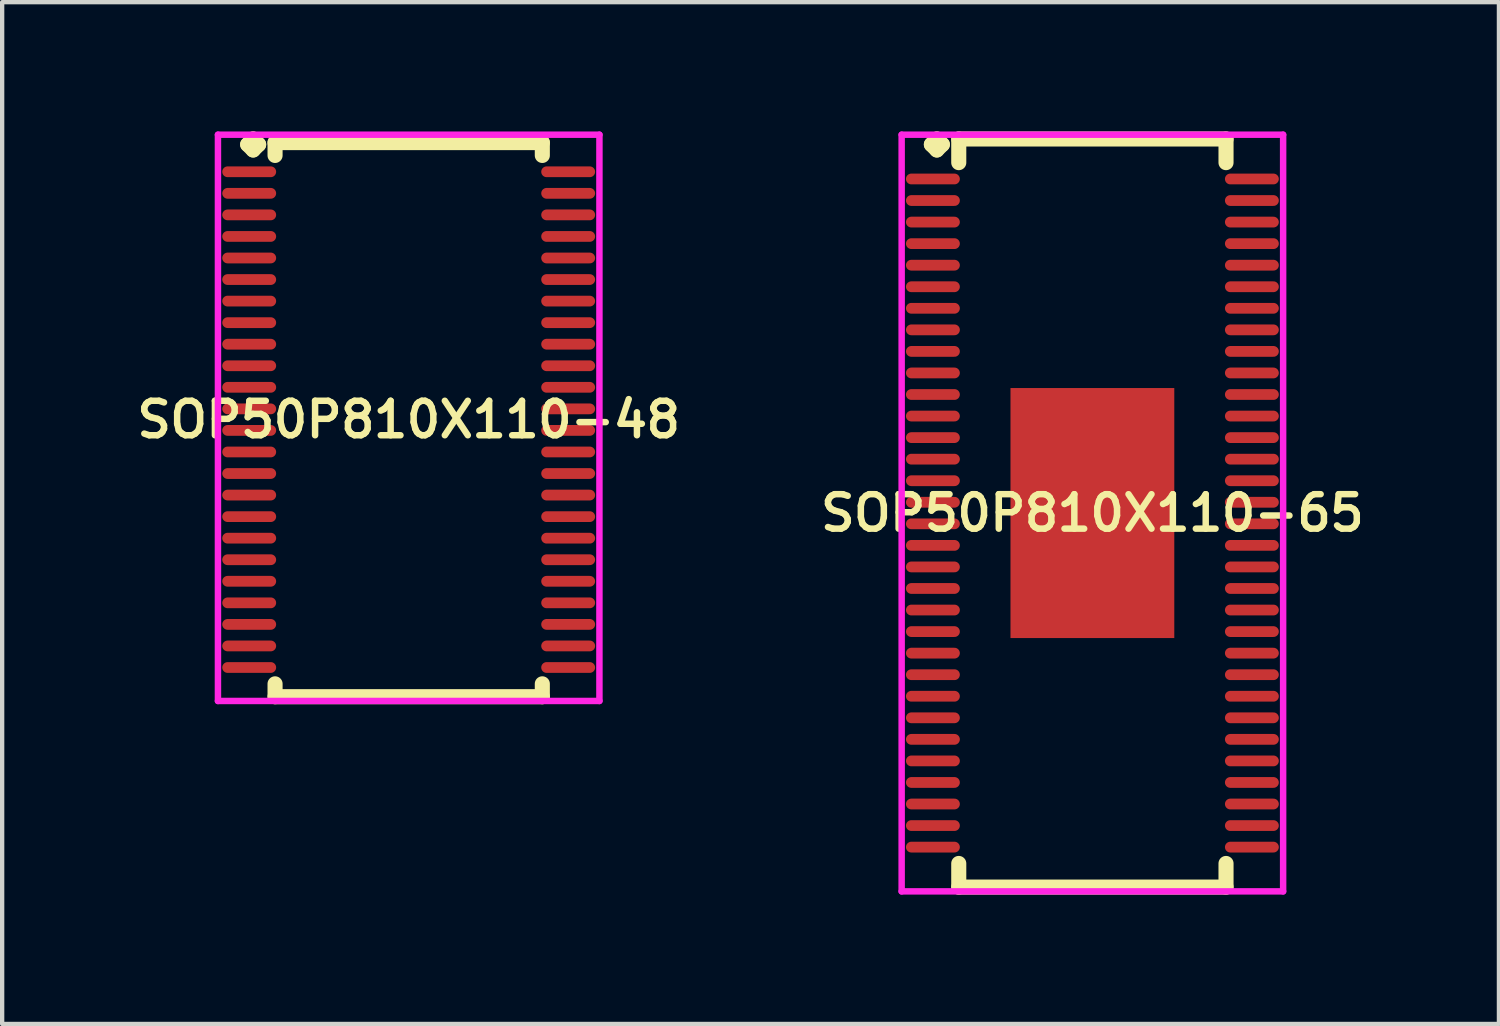
<source format=kicad_pcb>
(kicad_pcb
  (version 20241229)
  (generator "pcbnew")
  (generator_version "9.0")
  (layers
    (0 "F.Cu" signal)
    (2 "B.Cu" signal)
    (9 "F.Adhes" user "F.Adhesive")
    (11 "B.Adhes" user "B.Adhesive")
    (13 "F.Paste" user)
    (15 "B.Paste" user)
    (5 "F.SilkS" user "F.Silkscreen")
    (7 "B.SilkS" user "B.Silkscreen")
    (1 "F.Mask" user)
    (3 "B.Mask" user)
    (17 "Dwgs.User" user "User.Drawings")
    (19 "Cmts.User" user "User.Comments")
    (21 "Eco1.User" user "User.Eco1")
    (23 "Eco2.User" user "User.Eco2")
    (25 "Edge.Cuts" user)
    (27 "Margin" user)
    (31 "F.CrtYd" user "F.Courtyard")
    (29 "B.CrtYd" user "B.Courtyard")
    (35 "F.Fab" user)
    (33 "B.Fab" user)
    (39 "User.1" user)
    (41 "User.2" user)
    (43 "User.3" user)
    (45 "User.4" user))
  (footprint "SOP50P810X110-65"
    (layer "F.Cu")
    (at 22.292 8.852)
    (property "Reference" "SOP50P810X110-65" (at 0 0 0) (layer "F.SilkS") (effects (font (size 0.8 0.8) (thickness 0.15))))
    (attr smd)
    (fp_line (start -3.735 -8.55) (end -3.608 -8.677) (stroke (width 0.35) (type solid)) (layer "F.SilkS"))
    (fp_line (start -3.608 -8.677) (end -3.481 -8.55) (stroke (width 0.35) (type solid)) (layer "F.SilkS"))
    (fp_line (start -3.608 -8.423) (end -3.735 -8.55) (stroke (width 0.35) (type solid)) (layer "F.SilkS"))
    (fp_line (start -3.481 -8.55) (end -3.608 -8.423) (stroke (width 0.35) (type solid)) (layer "F.SilkS"))
    (fp_line (start -3.1 -8.677) (end 3.1 -8.677) (stroke (width 0.35) (type solid)) (layer "F.SilkS"))
    (fp_line (start -3.1 -8.129) (end -3.1 -8.677) (stroke (width 0.35) (type solid)) (layer "F.SilkS"))
    (fp_line (start -3.1 8.129) (end -3.1 8.677) (stroke (width 0.35) (type solid)) (layer "F.SilkS"))
    (fp_line (start -3.1 8.677) (end 3.1 8.677) (stroke (width 0.35) (type solid)) (layer "F.SilkS"))
    (fp_line (start 3.1 -8.677) (end 3.1 -8.129) (stroke (width 0.35) (type solid)) (layer "F.SilkS"))
    (fp_line (start 3.1 8.677) (end 3.1 8.129) (stroke (width 0.35) (type solid)) (layer "F.SilkS"))
    (fp_line (start -4.425 -8.777) (end 4.425 -8.777) (stroke (width 0.15) (type solid)) (layer "F.CrtYd"))
    (fp_line (start -4.425 8.777) (end -4.425 -8.777) (stroke (width 0.15) (type solid)) (layer "F.CrtYd"))
    (fp_line (start 4.425 -8.777) (end 4.425 8.777) (stroke (width 0.15) (type solid)) (layer "F.CrtYd"))
    (fp_line (start 4.425 8.777) (end -4.425 8.777) (stroke (width 0.15) (type solid)) (layer "F.CrtYd"))
    (pad "1" smd oval (at -3.7 -7.75) (size 1.25 0.25) (layers "F.Cu" "F.Mask" "F.Paste"))
    (pad "2" smd oval (at -3.7 -7.25) (size 1.25 0.25) (layers "F.Cu" "F.Mask" "F.Paste"))
    (pad "3" smd oval (at -3.7 -6.75) (size 1.25 0.25) (layers "F.Cu" "F.Mask" "F.Paste"))
    (pad "4" smd oval (at -3.7 -6.25) (size 1.25 0.25) (layers "F.Cu" "F.Mask" "F.Paste"))
    (pad "5" smd oval (at -3.7 -5.75) (size 1.25 0.25) (layers "F.Cu" "F.Mask" "F.Paste"))
    (pad "6" smd oval (at -3.7 -5.25) (size 1.25 0.25) (layers "F.Cu" "F.Mask" "F.Paste"))
    (pad "7" smd oval (at -3.7 -4.75) (size 1.25 0.25) (layers "F.Cu" "F.Mask" "F.Paste"))
    (pad "8" smd oval (at -3.7 -4.25) (size 1.25 0.25) (layers "F.Cu" "F.Mask" "F.Paste"))
    (pad "9" smd oval (at -3.7 -3.75) (size 1.25 0.25) (layers "F.Cu" "F.Mask" "F.Paste"))
    (pad "10" smd oval (at -3.7 -3.25) (size 1.25 0.25) (layers "F.Cu" "F.Mask" "F.Paste"))
    (pad "11" smd oval (at -3.7 -2.75) (size 1.25 0.25) (layers "F.Cu" "F.Mask" "F.Paste"))
    (pad "12" smd oval (at -3.7 -2.25) (size 1.25 0.25) (layers "F.Cu" "F.Mask" "F.Paste"))
    (pad "13" smd oval (at -3.7 -1.75) (size 1.25 0.25) (layers "F.Cu" "F.Mask" "F.Paste"))
    (pad "14" smd oval (at -3.7 -1.25) (size 1.25 0.25) (layers "F.Cu" "F.Mask" "F.Paste"))
    (pad "15" smd oval (at -3.7 -0.75) (size 1.25 0.25) (layers "F.Cu" "F.Mask" "F.Paste"))
    (pad "16" smd oval (at -3.7 -0.25) (size 1.25 0.25) (layers "F.Cu" "F.Mask" "F.Paste"))
    (pad "17" smd oval (at -3.7 0.25) (size 1.25 0.25) (layers "F.Cu" "F.Mask" "F.Paste"))
    (pad "18" smd oval (at -3.7 0.75) (size 1.25 0.25) (layers "F.Cu" "F.Mask" "F.Paste"))
    (pad "19" smd oval (at -3.7 1.25) (size 1.25 0.25) (layers "F.Cu" "F.Mask" "F.Paste"))
    (pad "20" smd oval (at -3.7 1.75) (size 1.25 0.25) (layers "F.Cu" "F.Mask" "F.Paste"))
    (pad "21" smd oval (at -3.7 2.25) (size 1.25 0.25) (layers "F.Cu" "F.Mask" "F.Paste"))
    (pad "22" smd oval (at -3.7 2.75) (size 1.25 0.25) (layers "F.Cu" "F.Mask" "F.Paste"))
    (pad "23" smd oval (at -3.7 3.25) (size 1.25 0.25) (layers "F.Cu" "F.Mask" "F.Paste"))
    (pad "24" smd oval (at -3.7 3.75) (size 1.25 0.25) (layers "F.Cu" "F.Mask" "F.Paste"))
    (pad "25" smd oval (at -3.7 4.25) (size 1.25 0.25) (layers "F.Cu" "F.Mask" "F.Paste"))
    (pad "26" smd oval (at -3.7 4.75) (size 1.25 0.25) (layers "F.Cu" "F.Mask" "F.Paste"))
    (pad "27" smd oval (at -3.7 5.25) (size 1.25 0.25) (layers "F.Cu" "F.Mask" "F.Paste"))
    (pad "28" smd oval (at -3.7 5.75) (size 1.25 0.25) (layers "F.Cu" "F.Mask" "F.Paste"))
    (pad "29" smd oval (at -3.7 6.25) (size 1.25 0.25) (layers "F.Cu" "F.Mask" "F.Paste"))
    (pad "30" smd oval (at -3.7 6.75) (size 1.25 0.25) (layers "F.Cu" "F.Mask" "F.Paste"))
    (pad "31" smd oval (at -3.7 7.25) (size 1.25 0.25) (layers "F.Cu" "F.Mask" "F.Paste"))
    (pad "32" smd oval (at -3.7 7.75) (size 1.25 0.25) (layers "F.Cu" "F.Mask" "F.Paste"))
    (pad "33" smd oval (at 3.7 7.75) (size 1.25 0.25) (layers "F.Cu" "F.Mask" "F.Paste"))
    (pad "34" smd oval (at 3.7 7.25) (size 1.25 0.25) (layers "F.Cu" "F.Mask" "F.Paste"))
    (pad "35" smd oval (at 3.7 6.75) (size 1.25 0.25) (layers "F.Cu" "F.Mask" "F.Paste"))
    (pad "36" smd oval (at 3.7 6.25) (size 1.25 0.25) (layers "F.Cu" "F.Mask" "F.Paste"))
    (pad "37" smd oval (at 3.7 5.75) (size 1.25 0.25) (layers "F.Cu" "F.Mask" "F.Paste"))
    (pad "38" smd oval (at 3.7 5.25) (size 1.25 0.25) (layers "F.Cu" "F.Mask" "F.Paste"))
    (pad "39" smd oval (at 3.7 4.75) (size 1.25 0.25) (layers "F.Cu" "F.Mask" "F.Paste"))
    (pad "40" smd oval (at 3.7 4.25) (size 1.25 0.25) (layers "F.Cu" "F.Mask" "F.Paste"))
    (pad "41" smd oval (at 3.7 3.75) (size 1.25 0.25) (layers "F.Cu" "F.Mask" "F.Paste"))
    (pad "42" smd oval (at 3.7 3.25) (size 1.25 0.25) (layers "F.Cu" "F.Mask" "F.Paste"))
    (pad "43" smd oval (at 3.7 2.75) (size 1.25 0.25) (layers "F.Cu" "F.Mask" "F.Paste"))
    (pad "44" smd oval (at 3.7 2.25) (size 1.25 0.25) (layers "F.Cu" "F.Mask" "F.Paste"))
    (pad "45" smd oval (at 3.7 1.75) (size 1.25 0.25) (layers "F.Cu" "F.Mask" "F.Paste"))
    (pad "46" smd oval (at 3.7 1.25) (size 1.25 0.25) (layers "F.Cu" "F.Mask" "F.Paste"))
    (pad "47" smd oval (at 3.7 0.75) (size 1.25 0.25) (layers "F.Cu" "F.Mask" "F.Paste"))
    (pad "48" smd oval (at 3.7 0.25) (size 1.25 0.25) (layers "F.Cu" "F.Mask" "F.Paste"))
    (pad "49" smd oval (at 3.7 -0.25) (size 1.25 0.25) (layers "F.Cu" "F.Mask" "F.Paste"))
    (pad "50" smd oval (at 3.7 -0.75) (size 1.25 0.25) (layers "F.Cu" "F.Mask" "F.Paste"))
    (pad "51" smd oval (at 3.7 -1.25) (size 1.25 0.25) (layers "F.Cu" "F.Mask" "F.Paste"))
    (pad "52" smd oval (at 3.7 -1.75) (size 1.25 0.25) (layers "F.Cu" "F.Mask" "F.Paste"))
    (pad "53" smd oval (at 3.7 -2.25) (size 1.25 0.25) (layers "F.Cu" "F.Mask" "F.Paste"))
    (pad "54" smd oval (at 3.7 -2.75) (size 1.25 0.25) (layers "F.Cu" "F.Mask" "F.Paste"))
    (pad "55" smd oval (at 3.7 -3.25) (size 1.25 0.25) (layers "F.Cu" "F.Mask" "F.Paste"))
    (pad "56" smd oval (at 3.7 -3.75) (size 1.25 0.25) (layers "F.Cu" "F.Mask" "F.Paste"))
    (pad "57" smd oval (at 3.7 -4.25) (size 1.25 0.25) (layers "F.Cu" "F.Mask" "F.Paste"))
    (pad "58" smd oval (at 3.7 -4.75) (size 1.25 0.25) (layers "F.Cu" "F.Mask" "F.Paste"))
    (pad "59" smd oval (at 3.7 -5.25) (size 1.25 0.25) (layers "F.Cu" "F.Mask" "F.Paste"))
    (pad "60" smd oval (at 3.7 -5.75) (size 1.25 0.25) (layers "F.Cu" "F.Mask" "F.Paste"))
    (pad "61" smd oval (at 3.7 -6.25) (size 1.25 0.25) (layers "F.Cu" "F.Mask" "F.Paste"))
    (pad "62" smd oval (at 3.7 -6.75) (size 1.25 0.25) (layers "F.Cu" "F.Mask" "F.Paste"))
    (pad "63" smd oval (at 3.7 -7.25) (size 1.25 0.25) (layers "F.Cu" "F.Mask" "F.Paste"))
    (pad "64" smd oval (at 3.7 -7.75) (size 1.25 0.25) (layers "F.Cu" "F.Mask" "F.Paste"))
    (pad "65" smd rect (at 0 0) (size 3.8 5.8) (layers "F.Cu" "F.Mask" "F.Paste")))
  (footprint "SOP50P810X110-48"
    (layer "F.Cu")
    (at 6.431 6.685)
    (property "Reference" "SOP50P810X110-48" (at 0 0 0) (layer "F.SilkS") (effects (font (size 0.8 0.8) (thickness 0.15))))
    (attr smd)
    (fp_line (start -3.735 -6.383) (end -3.608 -6.51) (stroke (width 0.35) (type solid)) (layer "F.SilkS"))
    (fp_line (start -3.608 -6.51) (end -3.481 -6.383) (stroke (width 0.35) (type solid)) (layer "F.SilkS"))
    (fp_line (start -3.608 -6.256) (end -3.735 -6.383) (stroke (width 0.35) (type solid)) (layer "F.SilkS"))
    (fp_line (start -3.481 -6.383) (end -3.608 -6.256) (stroke (width 0.35) (type solid)) (layer "F.SilkS"))
    (fp_line (start -3.1 -6.427) (end 3.1 -6.427) (stroke (width 0.35) (type solid)) (layer "F.SilkS"))
    (fp_line (start -3.1 -6.129) (end -3.1 -6.427) (stroke (width 0.35) (type solid)) (layer "F.SilkS"))
    (fp_line (start -3.1 6.129) (end -3.1 6.427) (stroke (width 0.35) (type solid)) (layer "F.SilkS"))
    (fp_line (start -3.1 6.427) (end 3.1 6.427) (stroke (width 0.35) (type solid)) (layer "F.SilkS"))
    (fp_line (start 3.1 -6.427) (end 3.1 -6.129) (stroke (width 0.35) (type solid)) (layer "F.SilkS"))
    (fp_line (start 3.1 6.427) (end 3.1 6.129) (stroke (width 0.35) (type solid)) (layer "F.SilkS"))
    (fp_line (start -4.425 -6.61) (end 4.425 -6.61) (stroke (width 0.15) (type solid)) (layer "F.CrtYd"))
    (fp_line (start -4.425 6.527) (end -4.425 -6.61) (stroke (width 0.15) (type solid)) (layer "F.CrtYd"))
    (fp_line (start 4.425 -6.61) (end 4.425 6.527) (stroke (width 0.15) (type solid)) (layer "F.CrtYd"))
    (fp_line (start 4.425 6.527) (end -4.425 6.527) (stroke (width 0.15) (type solid)) (layer "F.CrtYd"))
    (pad "1" smd oval (at -3.7 -5.75) (size 1.25 0.25) (layers "F.Cu" "F.Mask" "F.Paste"))
    (pad "2" smd oval (at -3.7 -5.25) (size 1.25 0.25) (layers "F.Cu" "F.Mask" "F.Paste"))
    (pad "3" smd oval (at -3.7 -4.75) (size 1.25 0.25) (layers "F.Cu" "F.Mask" "F.Paste"))
    (pad "4" smd oval (at -3.7 -4.25) (size 1.25 0.25) (layers "F.Cu" "F.Mask" "F.Paste"))
    (pad "5" smd oval (at -3.7 -3.75) (size 1.25 0.25) (layers "F.Cu" "F.Mask" "F.Paste"))
    (pad "6" smd oval (at -3.7 -3.25) (size 1.25 0.25) (layers "F.Cu" "F.Mask" "F.Paste"))
    (pad "7" smd oval (at -3.7 -2.75) (size 1.25 0.25) (layers "F.Cu" "F.Mask" "F.Paste"))
    (pad "8" smd oval (at -3.7 -2.25) (size 1.25 0.25) (layers "F.Cu" "F.Mask" "F.Paste"))
    (pad "9" smd oval (at -3.7 -1.75) (size 1.25 0.25) (layers "F.Cu" "F.Mask" "F.Paste"))
    (pad "10" smd oval (at -3.7 -1.25) (size 1.25 0.25) (layers "F.Cu" "F.Mask" "F.Paste"))
    (pad "11" smd oval (at -3.7 -0.75) (size 1.25 0.25) (layers "F.Cu" "F.Mask" "F.Paste"))
    (pad "12" smd oval (at -3.7 -0.25) (size 1.25 0.25) (layers "F.Cu" "F.Mask" "F.Paste"))
    (pad "13" smd oval (at -3.7 0.25) (size 1.25 0.25) (layers "F.Cu" "F.Mask" "F.Paste"))
    (pad "14" smd oval (at -3.7 0.75) (size 1.25 0.25) (layers "F.Cu" "F.Mask" "F.Paste"))
    (pad "15" smd oval (at -3.7 1.25) (size 1.25 0.25) (layers "F.Cu" "F.Mask" "F.Paste"))
    (pad "16" smd oval (at -3.7 1.75) (size 1.25 0.25) (layers "F.Cu" "F.Mask" "F.Paste"))
    (pad "17" smd oval (at -3.7 2.25) (size 1.25 0.25) (layers "F.Cu" "F.Mask" "F.Paste"))
    (pad "18" smd oval (at -3.7 2.75) (size 1.25 0.25) (layers "F.Cu" "F.Mask" "F.Paste"))
    (pad "19" smd oval (at -3.7 3.25) (size 1.25 0.25) (layers "F.Cu" "F.Mask" "F.Paste"))
    (pad "20" smd oval (at -3.7 3.75) (size 1.25 0.25) (layers "F.Cu" "F.Mask" "F.Paste"))
    (pad "21" smd oval (at -3.7 4.25) (size 1.25 0.25) (layers "F.Cu" "F.Mask" "F.Paste"))
    (pad "22" smd oval (at -3.7 4.75) (size 1.25 0.25) (layers "F.Cu" "F.Mask" "F.Paste"))
    (pad "23" smd oval (at -3.7 5.25) (size 1.25 0.25) (layers "F.Cu" "F.Mask" "F.Paste"))
    (pad "24" smd oval (at -3.7 5.75) (size 1.25 0.25) (layers "F.Cu" "F.Mask" "F.Paste"))
    (pad "25" smd oval (at 3.7 5.75) (size 1.25 0.25) (layers "F.Cu" "F.Mask" "F.Paste"))
    (pad "26" smd oval (at 3.7 5.25) (size 1.25 0.25) (layers "F.Cu" "F.Mask" "F.Paste"))
    (pad "27" smd oval (at 3.7 4.75) (size 1.25 0.25) (layers "F.Cu" "F.Mask" "F.Paste"))
    (pad "28" smd oval (at 3.7 4.25) (size 1.25 0.25) (layers "F.Cu" "F.Mask" "F.Paste"))
    (pad "29" smd oval (at 3.7 3.75) (size 1.25 0.25) (layers "F.Cu" "F.Mask" "F.Paste"))
    (pad "30" smd oval (at 3.7 3.25) (size 1.25 0.25) (layers "F.Cu" "F.Mask" "F.Paste"))
    (pad "31" smd oval (at 3.7 2.75) (size 1.25 0.25) (layers "F.Cu" "F.Mask" "F.Paste"))
    (pad "32" smd oval (at 3.7 2.25) (size 1.25 0.25) (layers "F.Cu" "F.Mask" "F.Paste"))
    (pad "33" smd oval (at 3.7 1.75) (size 1.25 0.25) (layers "F.Cu" "F.Mask" "F.Paste"))
    (pad "34" smd oval (at 3.7 1.25) (size 1.25 0.25) (layers "F.Cu" "F.Mask" "F.Paste"))
    (pad "35" smd oval (at 3.7 0.75) (size 1.25 0.25) (layers "F.Cu" "F.Mask" "F.Paste"))
    (pad "36" smd oval (at 3.7 0.25) (size 1.25 0.25) (layers "F.Cu" "F.Mask" "F.Paste"))
    (pad "37" smd oval (at 3.7 -0.25) (size 1.25 0.25) (layers "F.Cu" "F.Mask" "F.Paste"))
    (pad "38" smd oval (at 3.7 -0.75) (size 1.25 0.25) (layers "F.Cu" "F.Mask" "F.Paste"))
    (pad "39" smd oval (at 3.7 -1.25) (size 1.25 0.25) (layers "F.Cu" "F.Mask" "F.Paste"))
    (pad "40" smd oval (at 3.7 -1.75) (size 1.25 0.25) (layers "F.Cu" "F.Mask" "F.Paste"))
    (pad "41" smd oval (at 3.7 -2.25) (size 1.25 0.25) (layers "F.Cu" "F.Mask" "F.Paste"))
    (pad "42" smd oval (at 3.7 -2.75) (size 1.25 0.25) (layers "F.Cu" "F.Mask" "F.Paste"))
    (pad "43" smd oval (at 3.7 -3.25) (size 1.25 0.25) (layers "F.Cu" "F.Mask" "F.Paste"))
    (pad "44" smd oval (at 3.7 -3.75) (size 1.25 0.25) (layers "F.Cu" "F.Mask" "F.Paste"))
    (pad "45" smd oval (at 3.7 -4.25) (size 1.25 0.25) (layers "F.Cu" "F.Mask" "F.Paste"))
    (pad "46" smd oval (at 3.7 -4.75) (size 1.25 0.25) (layers "F.Cu" "F.Mask" "F.Paste"))
    (pad "47" smd oval (at 3.7 -5.25) (size 1.25 0.25) (layers "F.Cu" "F.Mask" "F.Paste"))
    (pad "48" smd oval (at 3.7 -5.75) (size 1.25 0.25) (layers "F.Cu" "F.Mask" "F.Paste")))
  (gr_rect
    (start -3 -3)
    (end 31.723 20.704)
    (stroke (width 0.1) (type default))
    (fill no)
    (layer "Edge.Cuts")))
</source>
